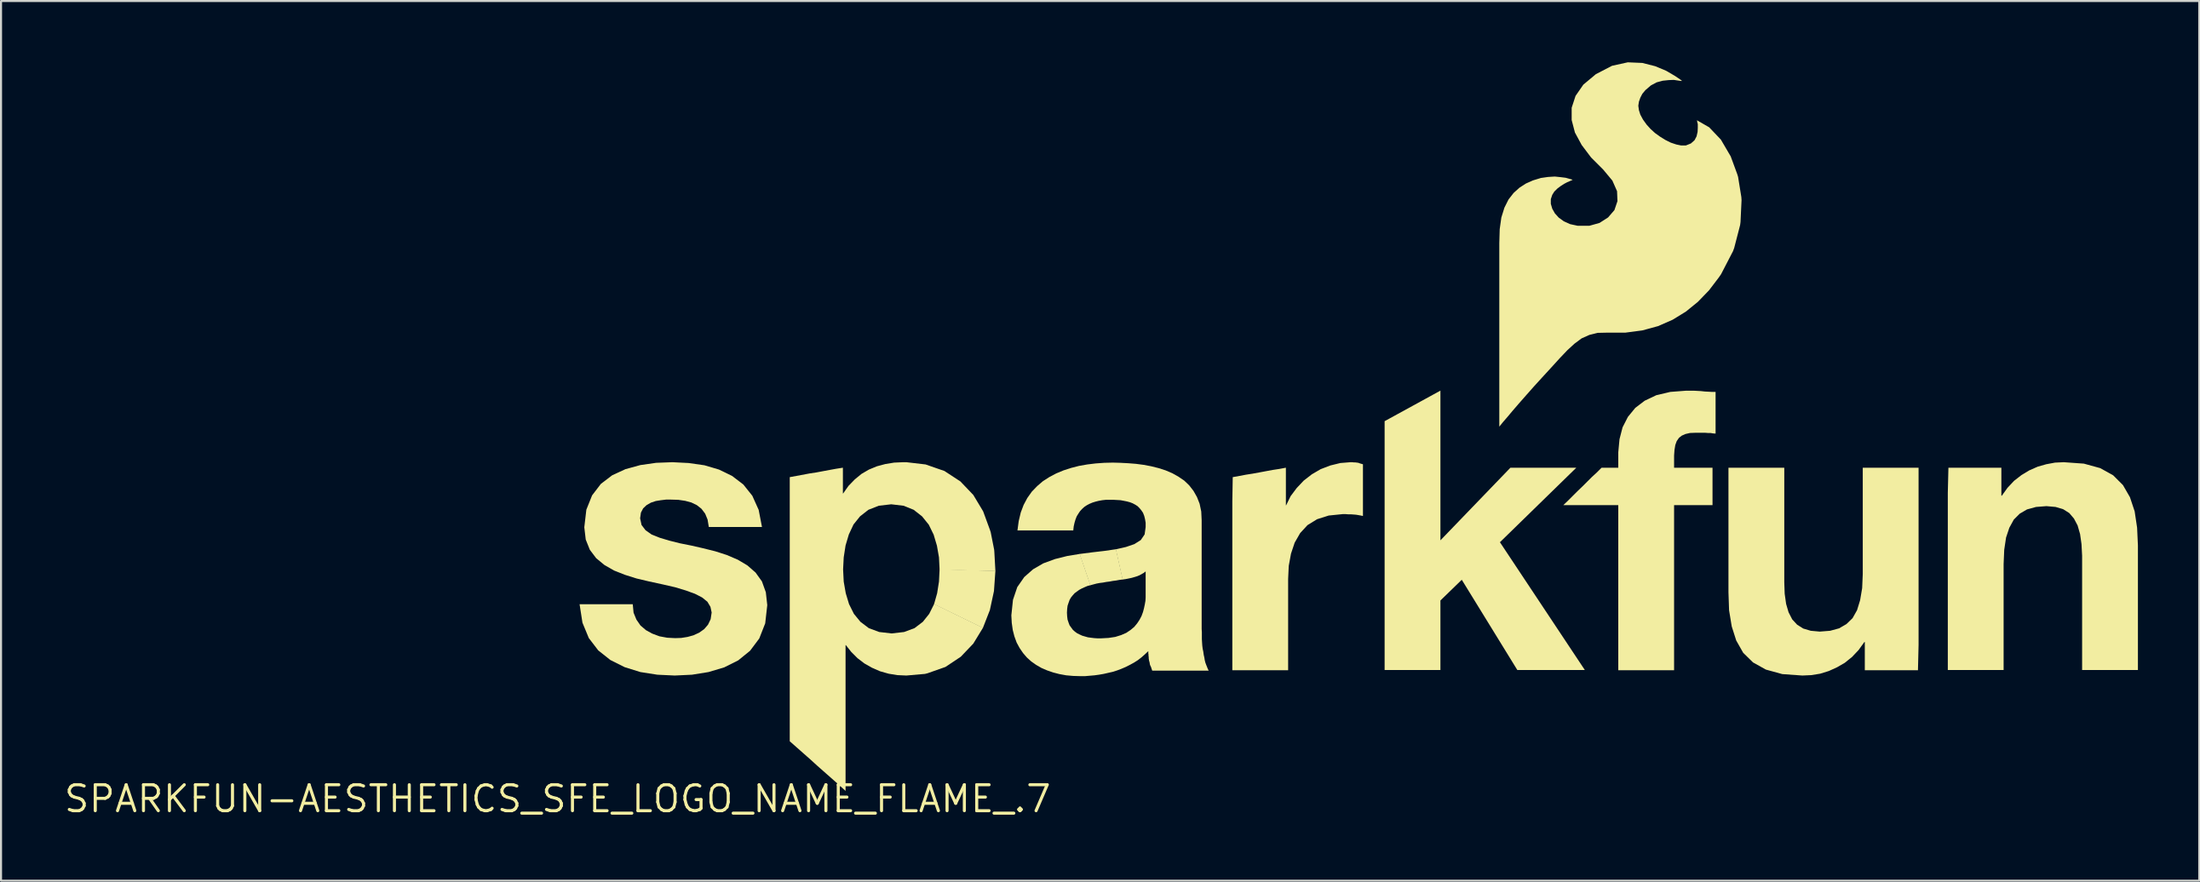
<source format=kicad_pcb>
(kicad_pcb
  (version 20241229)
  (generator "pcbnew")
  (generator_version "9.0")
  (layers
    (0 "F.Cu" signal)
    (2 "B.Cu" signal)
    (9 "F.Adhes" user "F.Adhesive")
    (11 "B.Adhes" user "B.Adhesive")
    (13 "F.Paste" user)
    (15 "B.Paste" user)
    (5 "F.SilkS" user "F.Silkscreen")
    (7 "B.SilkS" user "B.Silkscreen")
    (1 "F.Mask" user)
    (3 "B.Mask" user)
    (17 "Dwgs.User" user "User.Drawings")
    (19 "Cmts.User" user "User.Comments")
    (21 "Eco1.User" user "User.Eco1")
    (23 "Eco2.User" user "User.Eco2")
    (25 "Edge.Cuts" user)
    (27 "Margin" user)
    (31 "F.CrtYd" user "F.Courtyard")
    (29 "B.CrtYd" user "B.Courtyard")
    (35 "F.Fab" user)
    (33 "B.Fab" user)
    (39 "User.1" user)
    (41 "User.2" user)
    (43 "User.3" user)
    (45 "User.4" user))
  (footprint "SPARKFUN-AESTHETICS_SFE_LOGO_NAME_FLAME_.7"
    (layer "F.Cu")
    (at 24.228 36.045)
    (property "Reference" "SPARKFUN-AESTHETICS_SFE_LOGO_NAME_FLAME_.7" (at 0 0 0) (layer "F.SilkS") (effects (font (size 1.27 1.27) (thickness 0.15))))
    (fp_poly (pts (xy 21.415 -11.155) (xy 21.345 -10.169) (xy 21.145 -9.239) (xy 20.803 -8.363) (xy 18.414 -9.527) (xy 18.565 -10.061) (xy 18.655 -10.631) (xy 18.685 -11.235)) (stroke (width 0) (type default)) (fill yes) (layer "F.SilkS"))
    (fp_poly (pts (xy 43.185 -12.652) (xy 46.608 -16.205) (xy 49.832 -16.205) (xy 46.096 -12.559) (xy 50.249 -6.305) (xy 46.947 -6.305) (xy 44.229 -10.722) (xy 43.185 -9.708) (xy 43.185 -6.305) (xy 40.455 -6.305) (xy 40.455 -18.483) (xy 43.185 -19.978)) (stroke (width 0) (type default)) (fill yes) (layer "F.SilkS"))
    (fp_poly (pts (xy 27.646 -10.736) (xy 27.481 -10.715) (xy 27.321 -10.685) (xy 27.161 -10.665) (xy 27.001 -10.635) (xy 26.841 -10.615) (xy 26.681 -10.585) (xy 26.521 -10.565) (xy 26.361 -10.535) (xy 26.211 -10.495) (xy 26.057 -10.454) (xy 25.533 -11.984) (xy 26.159 -12.065) (xy 26.759 -12.135) (xy 27.314 -12.216)) (stroke (width 0) (type default)) (fill yes) (layer "F.SilkS"))
    (fp_poly (pts (xy 60.005 -10.61) (xy 60.025 -10.04) (xy 60.095 -9.541) (xy 60.215 -9.132) (xy 60.394 -8.783) (xy 60.633 -8.524) (xy 60.932 -8.335) (xy 61.301 -8.225) (xy 61.74 -8.185) (xy 62.249 -8.225) (xy 62.688 -8.345) (xy 63.047 -8.554) (xy 63.346 -8.843) (xy 63.565 -9.232) (xy 63.715 -9.721) (xy 63.815 -10.311) (xy 63.845 -11.01) (xy 63.845 -16.205) (xy 66.575 -16.205) (xy 66.575 -7.54) (xy 66.545 -6.295) (xy 63.945 -6.295) (xy 63.945 -7.675) (xy 63.923 -7.675) (xy 63.644 -7.287) (xy 63.323 -6.946) (xy 62.963 -6.656) (xy 62.582 -6.436) (xy 62.182 -6.255) (xy 61.761 -6.125) (xy 61.331 -6.055) (xy 60.89 -6.035) (xy 59.909 -6.105) (xy 59.108 -6.325) (xy 58.477 -6.676) (xy 57.996 -7.147) (xy 57.655 -7.748) (xy 57.435 -8.439) (xy 57.305 -9.23) (xy 57.275 -10.11) (xy 57.275 -16.205) (xy 60.005 -16.205)) (stroke (width 0) (type default)) (fill yes) (layer "F.SilkS"))
    (fp_poly (pts (xy 74.661 -16.405) (xy 75.462 -16.185) (xy 76.093 -15.834) (xy 76.574 -15.353) (xy 76.915 -14.762) (xy 77.145 -14.071) (xy 77.265 -13.27) (xy 77.305 -12.4) (xy 77.305 -6.305) (xy 74.575 -6.305) (xy 74.575 -11.9) (xy 74.545 -12.47) (xy 74.475 -12.959) (xy 74.355 -13.378) (xy 74.176 -13.717) (xy 73.947 -13.986) (xy 73.648 -14.175) (xy 73.279 -14.285) (xy 72.83 -14.325) (xy 72.321 -14.285) (xy 71.882 -14.165) (xy 71.523 -13.956) (xy 71.234 -13.667) (xy 71.015 -13.268) (xy 70.855 -12.789) (xy 70.765 -12.19) (xy 70.735 -11.49) (xy 70.735 -6.305) (xy 68.005 -6.305) (xy 68.005 -14.97) (xy 68.035 -16.205) (xy 70.625 -16.205) (xy 70.625 -14.835) (xy 70.647 -14.835) (xy 70.926 -15.223) (xy 71.247 -15.564) (xy 71.607 -15.844) (xy 71.988 -16.074) (xy 72.398 -16.255) (xy 72.819 -16.375) (xy 73.249 -16.455) (xy 73.68 -16.475)) (stroke (width 0) (type default)) (fill yes) (layer "F.SilkS"))
    (fp_poly (pts (xy 38.95 -16.465) (xy 39.02 -16.465) (xy 39.101 -16.455) (xy 39.171 -16.445) (xy 39.252 -16.415) (xy 39.321 -16.395) (xy 39.395 -16.374) (xy 39.395 -13.844) (xy 39.289 -13.865) (xy 39.179 -13.885) (xy 39.059 -13.905) (xy 38.93 -13.915) (xy 38.8 -13.925) (xy 38.67 -13.925) (xy 38.54 -13.935) (xy 38.41 -13.935) (xy 37.721 -13.865) (xy 37.152 -13.685) (xy 36.683 -13.396) (xy 36.324 -13.007) (xy 36.055 -12.538) (xy 35.875 -11.999) (xy 35.765 -11.399) (xy 35.735 -10.76) (xy 35.735 -6.295) (xy 33.005 -6.295) (xy 33.005 -14.56) (xy 33.025 -15.744) (xy 33.359 -15.805) (xy 33.679 -15.865) (xy 33.999 -15.915) (xy 34.329 -15.975) (xy 34.649 -16.035) (xy 34.969 -16.095) (xy 35.299 -16.145) (xy 35.625 -16.206) (xy 35.625 -14.365) (xy 35.637 -14.365) (xy 35.856 -14.813) (xy 36.156 -15.213) (xy 36.497 -15.574) (xy 36.897 -15.884) (xy 37.328 -16.135) (xy 37.799 -16.315) (xy 38.289 -16.435) (xy 38.79 -16.475) (xy 38.87 -16.475)) (stroke (width 0) (type default)) (fill yes) (layer "F.SilkS"))
    (fp_poly (pts (xy 55.75 -19.965) (xy 55.93 -19.955) (xy 56.11 -19.935) (xy 56.29 -19.925) (xy 56.47 -19.915) (xy 56.645 -19.915) (xy 56.645 -17.875) (xy 56.519 -17.885) (xy 56.4 -17.905) (xy 56.27 -17.905) (xy 56.14 -17.915) (xy 55.65 -17.915) (xy 55.391 -17.905) (xy 55.172 -17.855) (xy 54.993 -17.776) (xy 54.854 -17.667) (xy 54.744 -17.508) (xy 54.675 -17.319) (xy 54.635 -17.079) (xy 54.615 -16.8) (xy 54.615 -16.205) (xy 56.495 -16.205) (xy 56.495 -14.375) (xy 54.615 -14.375) (xy 54.615 -6.295) (xy 51.885 -6.295) (xy 51.885 -14.375) (xy 49.198 -14.375) (xy 49.446 -14.614) (xy 49.676 -14.844) (xy 49.907 -15.074) (xy 50.136 -15.294) (xy 50.366 -15.524) (xy 50.597 -15.754) (xy 50.837 -15.974) (xy 51.068 -16.205) (xy 51.885 -16.205) (xy 51.885 -16.96) (xy 51.945 -17.601) (xy 52.095 -18.182) (xy 52.356 -18.693) (xy 52.717 -19.134) (xy 53.177 -19.484) (xy 53.748 -19.755) (xy 54.429 -19.915) (xy 55.21 -19.975) (xy 55.57 -19.975)) (stroke (width 0) (type default)) (fill yes) (layer "F.SilkS"))
    (fp_poly (pts (xy 18.001 -16.365) (xy 18.922 -16.045) (xy 19.703 -15.534) (xy 20.334 -14.873) (xy 20.815 -14.072) (xy 21.145 -13.172) (xy 21.185 -13.051) (xy 21.355 -12.191) (xy 21.365 -12.06) (xy 21.415 -11.145) (xy 18.685 -11.215) (xy 18.655 -11.819) (xy 18.555 -12.389) (xy 18.395 -12.928) (xy 18.156 -13.417) (xy 17.826 -13.826) (xy 17.417 -14.146) (xy 16.919 -14.345) (xy 16.32 -14.415) (xy 15.711 -14.345) (xy 15.203 -14.146) (xy 14.794 -13.826) (xy 14.474 -13.427) (xy 14.245 -12.938) (xy 14.085 -12.399) (xy 13.995 -11.819) (xy 13.965 -11.23) (xy 13.995 -10.631) (xy 14.095 -10.061) (xy 14.255 -9.532) (xy 14.494 -9.053) (xy 14.813 -8.664) (xy 15.222 -8.354) (xy 15.731 -8.165) (xy 16.34 -8.095) (xy 16.949 -8.165) (xy 17.458 -8.354) (xy 17.866 -8.664) (xy 18.176 -9.053) (xy 18.418 -9.537) (xy 20.807 -8.372) (xy 20.334 -7.597) (xy 19.723 -6.956) (xy 18.972 -6.455) (xy 18.091 -6.145) (xy 17.971 -6.115) (xy 17.06 -6.035) (xy 16.619 -6.055) (xy 16.189 -6.125) (xy 15.768 -6.245) (xy 15.378 -6.416) (xy 15.007 -6.626) (xy 14.667 -6.886) (xy 14.366 -7.187) (xy 14.098 -7.525) (xy 14.085 -7.525) (xy 14.085 -0.389) (xy 13.737 -0.706) (xy 13.397 -1.006) (xy 13.057 -1.306) (xy 12.717 -1.606) (xy 12.377 -1.916) (xy 12.037 -2.216) (xy 11.697 -2.516) (xy 11.355 -2.818) (xy 11.355 -15.744) (xy 11.689 -15.805) (xy 12.009 -15.865) (xy 12.329 -15.925) (xy 12.659 -15.975) (xy 12.979 -16.035) (xy 13.299 -16.095) (xy 13.629 -16.155) (xy 13.955 -16.206) (xy 13.955 -14.945) (xy 13.967 -14.945) (xy 14.226 -15.313) (xy 14.537 -15.634) (xy 14.867 -15.904) (xy 15.228 -16.114) (xy 15.618 -16.275) (xy 16.029 -16.385) (xy 16.459 -16.455) (xy 16.91 -16.475) (xy 17.06 -16.475)) (stroke (width 0) (type default)) (fill yes) (layer "F.SilkS"))
    (fp_poly (pts (xy 6.41 -16.435) (xy 7.181 -16.325) (xy 7.892 -16.115) (xy 8.533 -15.804) (xy 9.084 -15.384) (xy 9.524 -14.833) (xy 9.835 -14.142) (xy 9.996 -13.305) (xy 7.396 -13.305) (xy 7.335 -13.669) (xy 7.216 -13.958) (xy 7.036 -14.196) (xy 6.807 -14.376) (xy 6.538 -14.505) (xy 6.239 -14.585) (xy 5.9 -14.635) (xy 5.54 -14.645) (xy 5.3 -14.645) (xy 5.051 -14.615) (xy 4.801 -14.575) (xy 4.562 -14.495) (xy 4.353 -14.376) (xy 4.184 -14.217) (xy 4.075 -14.008) (xy 4.035 -13.73) (xy 4.105 -13.402) (xy 4.303 -13.144) (xy 4.602 -12.934) (xy 5.002 -12.775) (xy 5.471 -12.635) (xy 5.991 -12.505) (xy 6.541 -12.395) (xy 7.111 -12.265) (xy 7.711 -12.115) (xy 8.272 -11.935) (xy 8.812 -11.704) (xy 9.283 -11.424) (xy 9.684 -11.073) (xy 9.994 -10.642) (xy 10.185 -10.111) (xy 10.255 -9.48) (xy 10.155 -8.589) (xy 9.864 -7.848) (xy 9.414 -7.247) (xy 8.833 -6.776) (xy 8.152 -6.435) (xy 7.381 -6.205) (xy 6.571 -6.075) (xy 5.73 -6.035) (xy 4.879 -6.075) (xy 4.049 -6.205) (xy 3.278 -6.445) (xy 2.577 -6.796) (xy 1.986 -7.266) (xy 1.526 -7.867) (xy 1.215 -8.619) (xy 1.074 -9.525) (xy 3.675 -9.525) (xy 3.715 -9.111) (xy 3.854 -8.772) (xy 4.054 -8.483) (xy 4.323 -8.254) (xy 4.632 -8.085) (xy 4.981 -7.955) (xy 5.361 -7.885) (xy 5.75 -7.865) (xy 6.05 -7.875) (xy 6.359 -7.925) (xy 6.648 -8.005) (xy 6.927 -8.134) (xy 7.167 -8.304) (xy 7.356 -8.523) (xy 7.485 -8.791) (xy 7.535 -9.12) (xy 7.475 -9.398) (xy 7.326 -9.647) (xy 7.067 -9.856) (xy 6.718 -10.035) (xy 6.278 -10.195) (xy 5.749 -10.355) (xy 5.139 -10.495) (xy 4.449 -10.645) (xy 3.859 -10.785) (xy 3.288 -10.965) (xy 2.758 -11.175) (xy 2.287 -11.446) (xy 1.886 -11.777) (xy 1.576 -12.188) (xy 1.375 -12.689) (xy 1.305 -13.29) (xy 1.405 -14.151) (xy 1.686 -14.852) (xy 2.116 -15.414) (xy 2.667 -15.834) (xy 3.318 -16.135) (xy 4.049 -16.335) (xy 4.82 -16.445) (xy 5.62 -16.475)) (stroke (width 0) (type default)) (fill yes) (layer "F.SilkS"))
    (fp_poly (pts (xy 53.061 -36.015) (xy 53.692 -35.855) (xy 54.222 -35.634) (xy 54.633 -35.394) (xy 54.903 -35.214) (xy 55.005 -35.135) (xy 54.94 -35.135) (xy 54.799 -35.155) (xy 54.6 -35.185) (xy 54.35 -35.175) (xy 54.061 -35.145) (xy 53.762 -35.065) (xy 53.483 -34.916) (xy 53.214 -34.686) (xy 53.064 -34.507) (xy 52.965 -34.318) (xy 52.895 -34.119) (xy 52.865 -33.92) (xy 52.895 -33.701) (xy 52.965 -33.482) (xy 53.094 -33.243) (xy 53.274 -32.993) (xy 53.464 -32.784) (xy 53.683 -32.584) (xy 53.933 -32.404) (xy 54.192 -32.244) (xy 54.452 -32.115) (xy 54.721 -32.025) (xy 54.961 -31.975) (xy 55.189 -31.975) (xy 55.437 -32.074) (xy 55.616 -32.233) (xy 55.715 -32.422) (xy 55.765 -32.641) (xy 55.775 -32.84) (xy 55.775 -33.019) (xy 55.745 -33.139) (xy 55.745 -33.188) (xy 55.71 -33.223) (xy 56.333 -32.864) (xy 56.904 -32.263) (xy 57.385 -31.442) (xy 57.705 -30.572) (xy 57.745 -30.441) (xy 57.905 -29.451) (xy 57.915 -29.3) (xy 57.865 -28.23) (xy 57.845 -28.079) (xy 57.555 -26.958) (xy 57.495 -26.798) (xy 56.914 -25.677) (xy 56.804 -25.517) (xy 56.324 -24.887) (xy 55.783 -24.326) (xy 55.193 -23.846) (xy 54.542 -23.446) (xy 53.832 -23.135) (xy 53.061 -22.925) (xy 52.23 -22.815) (xy 51.33 -22.815) (xy 50.871 -22.805) (xy 50.472 -22.705) (xy 50.093 -22.536) (xy 49.743 -22.276) (xy 49.394 -21.956) (xy 49.024 -21.567) (xy 48.624 -21.127) (xy 48.174 -20.637) (xy 48.174 -20.637) (xy 47.764 -20.187) (xy 47.764 -20.187) (xy 47.374 -19.747) (xy 47.374 -19.747) (xy 47.014 -19.337) (xy 47.014 -19.337) (xy 46.704 -18.977) (xy 46.444 -18.667) (xy 46.244 -18.437) (xy 46.124 -18.287) (xy 46.065 -18.216) (xy 46.065 -27.2) (xy 46.085 -27.88) (xy 46.165 -28.451) (xy 46.315 -28.932) (xy 46.516 -29.333) (xy 46.766 -29.653) (xy 47.057 -29.914) (xy 47.368 -30.114) (xy 47.708 -30.265) (xy 48.099 -30.385) (xy 48.449 -30.435) (xy 48.78 -30.455) (xy 49.071 -30.425) (xy 49.311 -30.395) (xy 49.491 -30.345) (xy 49.602 -30.315) (xy 49.653 -30.289) (xy 49.612 -30.275) (xy 49.522 -30.235) (xy 49.382 -30.175) (xy 49.233 -30.096) (xy 49.063 -29.986) (xy 48.903 -29.866) (xy 48.754 -29.717) (xy 48.655 -29.558) (xy 48.585 -29.349) (xy 48.585 -29.121) (xy 48.655 -28.882) (xy 48.784 -28.653) (xy 48.973 -28.444) (xy 49.223 -28.264) (xy 49.532 -28.125) (xy 49.901 -28.045) (xy 50.469 -28.045) (xy 50.968 -28.185) (xy 51.387 -28.454) (xy 51.696 -28.813) (xy 51.845 -29.251) (xy 51.825 -29.739) (xy 51.596 -30.257) (xy 51.146 -30.797) (xy 50.556 -31.387) (xy 50.096 -31.997) (xy 49.765 -32.608) (xy 49.605 -33.219) (xy 49.605 -33.821) (xy 49.795 -34.402) (xy 50.176 -34.953) (xy 50.787 -35.464) (xy 51.578 -35.875) (xy 52.35 -36.045)) (stroke (width 0) (type default)) (fill yes) (layer "F.SilkS"))
    (fp_poly (pts (xy 27.53 -16.445) (xy 27.91 -16.425) (xy 28.291 -16.395) (xy 28.671 -16.345) (xy 29.041 -16.275) (xy 29.401 -16.185) (xy 29.742 -16.075) (xy 30.072 -15.934) (xy 30.373 -15.764) (xy 30.653 -15.574) (xy 30.894 -15.343) (xy 31.104 -15.073) (xy 31.275 -14.772) (xy 31.405 -14.441) (xy 31.485 -14.061) (xy 31.505 -13.63) (xy 31.505 -8.31) (xy 31.515 -8.15) (xy 31.515 -7.82) (xy 31.525 -7.65) (xy 31.535 -7.5) (xy 31.555 -7.341) (xy 31.585 -7.201) (xy 31.605 -7.051) (xy 31.635 -6.921) (xy 31.655 -6.791) (xy 31.685 -6.671) (xy 31.725 -6.562) (xy 31.765 -6.462) (xy 31.805 -6.362) (xy 31.848 -6.275) (xy 29.086 -6.275) (xy 29.065 -6.338) (xy 29.025 -6.458) (xy 28.995 -6.518) (xy 28.975 -6.569) (xy 28.965 -6.629) (xy 28.955 -6.689) (xy 28.935 -6.749) (xy 28.925 -6.809) (xy 28.915 -6.88) (xy 28.915 -6.94) (xy 28.905 -7) (xy 28.905 -7.06) (xy 28.895 -7.12) (xy 28.895 -7.228) (xy 28.733 -7.076) (xy 28.563 -6.926) (xy 28.383 -6.786) (xy 28.193 -6.666) (xy 27.992 -6.556) (xy 27.792 -6.455) (xy 27.582 -6.365) (xy 27.372 -6.285) (xy 27.151 -6.215) (xy 26.931 -6.165) (xy 26.711 -6.115) (xy 26.481 -6.075) (xy 26.261 -6.045) (xy 26.03 -6.025) (xy 25.8 -6.005) (xy 25.57 -6.005) (xy 25.22 -6.015) (xy 24.879 -6.045) (xy 24.549 -6.105) (xy 24.239 -6.185) (xy 23.948 -6.285) (xy 23.668 -6.406) (xy 23.407 -6.556) (xy 23.167 -6.726) (xy 22.956 -6.916) (xy 22.766 -7.137) (xy 22.596 -7.387) (xy 22.455 -7.648) (xy 22.345 -7.949) (xy 22.265 -8.259) (xy 22.215 -8.61) (xy 22.195 -8.98) (xy 22.275 -9.741) (xy 22.485 -10.362) (xy 22.826 -10.853) (xy 23.257 -11.234) (xy 23.758 -11.525) (xy 24.329 -11.735) (xy 24.929 -11.885) (xy 25.543 -11.986) (xy 26.066 -10.457) (xy 25.912 -10.415) (xy 25.772 -10.355) (xy 25.642 -10.296) (xy 25.513 -10.226) (xy 25.403 -10.146) (xy 25.293 -10.066) (xy 25.204 -9.967) (xy 25.114 -9.857) (xy 25.045 -9.738) (xy 24.995 -9.598) (xy 24.945 -9.449) (xy 24.925 -9.29) (xy 24.915 -9.11) (xy 24.925 -8.93) (xy 24.945 -8.771) (xy 24.995 -8.622) (xy 25.044 -8.492) (xy 25.124 -8.383) (xy 25.204 -8.273) (xy 25.303 -8.184) (xy 25.413 -8.104) (xy 25.532 -8.045) (xy 25.662 -7.985) (xy 25.801 -7.945) (xy 25.941 -7.905) (xy 26.091 -7.885) (xy 26.091 -7.885) (xy 26.25 -7.865) (xy 26.41 -7.855) (xy 26.58 -7.855) (xy 26.949 -7.875) (xy 27.279 -7.925) (xy 27.568 -8.015) (xy 27.818 -8.124) (xy 28.027 -8.264) (xy 28.206 -8.414) (xy 28.346 -8.583) (xy 28.466 -8.763) (xy 28.565 -8.952) (xy 28.635 -9.142) (xy 28.685 -9.331) (xy 28.725 -9.521) (xy 28.755 -9.691) (xy 28.765 -9.86) (xy 28.765 -11.13) (xy 28.683 -11.066) (xy 28.582 -11.006) (xy 28.472 -10.945) (xy 28.352 -10.895) (xy 28.221 -10.855) (xy 28.081 -10.815) (xy 27.941 -10.785) (xy 27.791 -10.755) (xy 27.636 -10.734) (xy 27.304 -12.214) (xy 27.799 -12.325) (xy 28.208 -12.465) (xy 28.526 -12.664) (xy 28.715 -12.942) (xy 28.765 -13.3) (xy 28.765 -13.51) (xy 28.735 -13.689) (xy 28.695 -13.848) (xy 28.636 -13.998) (xy 28.556 -14.117) (xy 28.466 -14.227) (xy 28.367 -14.326) (xy 28.257 -14.396) (xy 28.128 -14.465) (xy 27.998 -14.515) (xy 27.849 -14.555) (xy 27.699 -14.585) (xy 27.539 -14.615) (xy 27.37 -14.625) (xy 27.19 -14.635) (xy 26.82 -14.635) (xy 26.641 -14.615) (xy 26.471 -14.585) (xy 26.311 -14.545) (xy 26.152 -14.495) (xy 26.012 -14.435) (xy 25.883 -14.366) (xy 25.763 -14.286) (xy 25.654 -14.186) (xy 25.554 -14.077) (xy 25.474 -13.957) (xy 25.394 -13.828) (xy 25.335 -13.678) (xy 25.285 -13.509) (xy 25.245 -13.329) (xy 25.225 -13.135) (xy 22.494 -13.135) (xy 22.555 -13.591) (xy 22.655 -14.011) (xy 22.795 -14.382) (xy 22.976 -14.723) (xy 23.196 -15.033) (xy 23.457 -15.304) (xy 23.737 -15.544) (xy 24.047 -15.744) (xy 24.388 -15.925) (xy 24.748 -16.075) (xy 25.119 -16.195) (xy 25.509 -16.295) (xy 25.909 -16.365) (xy 26.32 -16.415) (xy 26.74 -16.445) (xy 27.16 -16.455)) (stroke (width 0) (type default)) (fill yes) (layer "F.SilkS")))
  (gr_rect
    (start -3 -3)
    (end 104.533 40.051)
    (stroke (width 0.1) (type default))
    (fill no)
    (layer "Edge.Cuts")))
</source>
